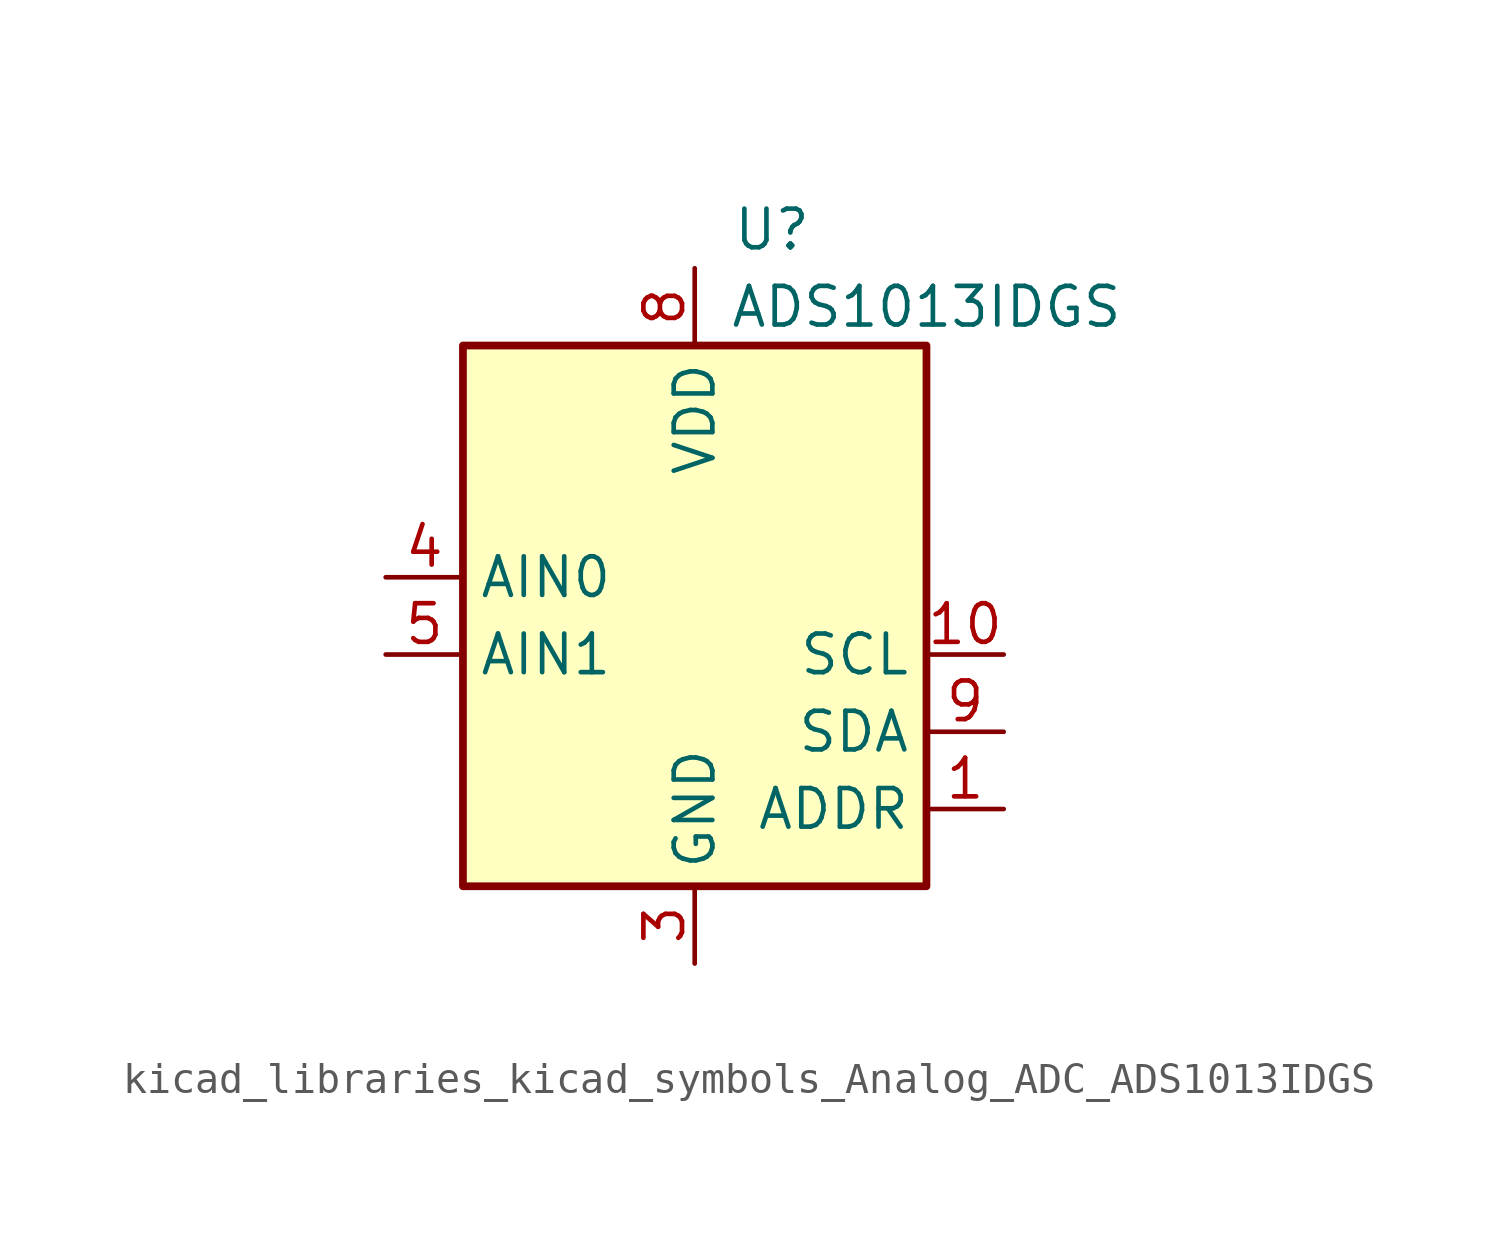
<source format=kicad_sym>
(kicad_symbol_lib
  (version 20220914)
  (generator kicad_symbol_editor)
  (symbol "kicad_libraries_kicad_symbols_Analog_ADC_ADS1013IDGS"
    (property "Reference" "U"
      (at 2.54 13.97 0)
      (effects (font (size 1.27 1.27))))
    (property "Value" "ADS1013IDGS"
      (at 7.62 11.43 0)
      (effects (font (size 1.27 1.27))))
    (symbol "kicad_libraries_kicad_symbols_Analog_ADC_ADS1013IDGS_0_1"
      (rectangle (start -7.62 10.16) (end 7.62 -7.62) (stroke (width 0.254) (type default)) (fill (type background))))
    (symbol "kicad_libraries_kicad_symbols_Analog_ADC_ADS1013IDGS_1_1"
      (pin input line (at 10.16 -5.08 180) (length 2.54) (name "ADDR" (effects (font (size 1.27 1.27)))) (number "1" (effects (font (size 1.27 1.27)))))
      (pin input line (at 10.16 0 180) (length 2.54) (name "SCL" (effects (font (size 1.27 1.27)))) (number "10" (effects (font (size 1.27 1.27)))))
      (pin no_connect line (at 7.62 7.62 180) (length 2.54) hide (name "~" (effects (font (size 1.27 1.27)))) (number "2" (effects (font (size 1.27 1.27)))))
      (pin power_in line (at 0 -10.16 90) (length 2.54) (name "GND" (effects (font (size 1.27 1.27)))) (number "3" (effects (font (size 1.27 1.27)))))
      (pin input line (at -10.16 2.54 0) (length 2.54) (name "AIN0" (effects (font (size 1.27 1.27)))) (number "4" (effects (font (size 1.27 1.27)))))
      (pin input line (at -10.16 0 0) (length 2.54) (name "AIN1" (effects (font (size 1.27 1.27)))) (number "5" (effects (font (size 1.27 1.27)))))
      (pin no_connect line (at 7.62 5.08 180) (length 2.54) hide (name "~" (effects (font (size 1.27 1.27)))) (number "6" (effects (font (size 1.27 1.27)))))
      (pin no_connect line (at 7.62 2.54 180) (length 2.54) hide (name "~" (effects (font (size 1.27 1.27)))) (number "7" (effects (font (size 1.27 1.27)))))
      (pin power_in line (at 0 12.7 270) (length 2.54) (name "VDD" (effects (font (size 1.27 1.27)))) (number "8" (effects (font (size 1.27 1.27)))))
      (pin bidirectional line (at 10.16 -2.54 180) (length 2.54) (name "SDA" (effects (font (size 1.27 1.27)))) (number "9" (effects (font (size 1.27 1.27))))))))
</source>
